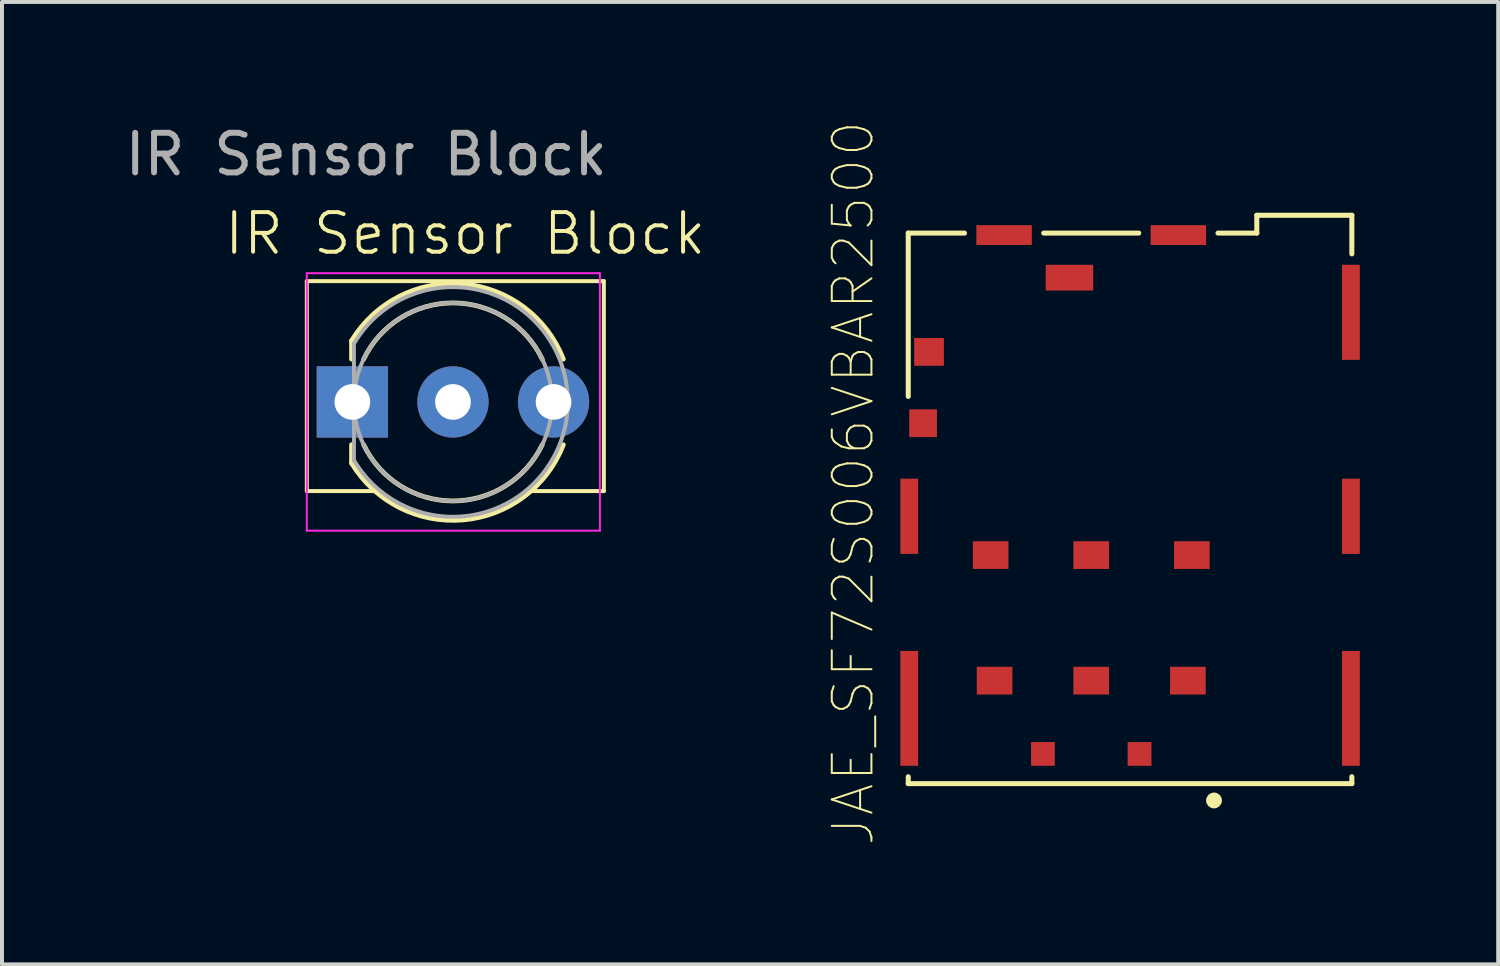
<source format=kicad_pcb>
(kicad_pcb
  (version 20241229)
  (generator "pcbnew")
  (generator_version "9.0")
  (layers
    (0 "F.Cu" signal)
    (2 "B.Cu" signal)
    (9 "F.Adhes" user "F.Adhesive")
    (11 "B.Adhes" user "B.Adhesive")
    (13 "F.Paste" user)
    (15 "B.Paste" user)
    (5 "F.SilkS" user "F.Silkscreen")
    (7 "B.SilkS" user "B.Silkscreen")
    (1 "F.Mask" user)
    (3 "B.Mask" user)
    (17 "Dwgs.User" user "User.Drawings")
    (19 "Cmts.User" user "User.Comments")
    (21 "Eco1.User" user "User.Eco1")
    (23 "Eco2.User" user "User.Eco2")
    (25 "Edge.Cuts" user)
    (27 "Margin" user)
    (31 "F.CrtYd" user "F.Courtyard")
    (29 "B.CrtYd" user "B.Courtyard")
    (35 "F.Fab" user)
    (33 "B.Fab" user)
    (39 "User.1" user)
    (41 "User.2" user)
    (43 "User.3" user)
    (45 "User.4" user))
  (footprint "IR Sensor Block"
    (layer "F.Cu")
    (at 8.196 7.348)
    (property "Reference" "IR Sensor Block" (at 0.5 -4.5 0) (unlocked yes) (layer "F.SilkS") (effects (font (size 1 1) (thickness 0.1))))
    (attr through_hole)
    (fp_line (start -3.5 -3.3) (end 4 -3.3) (stroke (width 0.1) (type default)) (layer "F.SilkS"))
    (fp_line (start -3.5 2) (end -3.5 -3.3) (stroke (width 0.1) (type default)) (layer "F.SilkS"))
    (fp_line (start -3.5 2) (end -1.8 2) (stroke (width 0.1) (type default)) (layer "F.SilkS"))
    (fp_line (start -2.37 -1.795) (end -2.37 -1.33) (stroke (width 0.12) (type solid)) (layer "F.SilkS"))
    (fp_line (start -2.37 0.83) (end -2.37 1.295) (stroke (width 0.12) (type solid)) (layer "F.SilkS"))
    (fp_line (start 4 -3.3) (end 4 2) (stroke (width 0.1) (type default)) (layer "F.SilkS"))
    (fp_line (start 4 2) (end 2.2 2) (stroke (width 0.1) (type default)) (layer "F.SilkS"))
    (fp_arc (start -2.37 -1.79483) (mid 0.448456 -3.228809) (end 2.977815 -1.330827) (stroke (width 0.12) (type solid)) (layer "F.SilkS"))
    (fp_arc (start -2.064684 -1.33) (mid 0.189762 -2.75) (end 2.444479 -1.330429) (stroke (width 0.12) (type solid)) (layer "F.SilkS"))
    (fp_arc (start 2.444479 0.830429) (mid 0.189762 2.25) (end -2.064684 0.83) (stroke (width 0.12) (type solid)) (layer "F.SilkS"))
    (fp_arc (start 2.977815 0.830827) (mid 0.448456 2.728808) (end -2.37 1.29483) (stroke (width 0.12) (type solid)) (layer "F.SilkS"))
    (fp_line (start -3.5 -3.5) (end -3.5 3) (stroke (width 0.05) (type solid)) (layer "F.CrtYd"))
    (fp_line (start -3.5 3) (end 3.9 3) (stroke (width 0.05) (type solid)) (layer "F.CrtYd"))
    (fp_line (start 3.9 -3.5) (end -3.5 -3.5) (stroke (width 0.05) (type solid)) (layer "F.CrtYd"))
    (fp_line (start 3.9 3) (end 3.9 -3.5) (stroke (width 0.05) (type solid)) (layer "F.CrtYd"))
    (fp_line (start -2.31 -1.72) (end -2.31 1.22) (stroke (width 0.1) (type solid)) (layer "F.Fab"))
    (fp_arc (start -2.31 -1.719694) (mid 3.09 -0.249984) (end -2.310016 1.219666) (stroke (width 0.1) (type solid)) (layer "F.Fab"))
    (fp_circle (center 0.19 -0.25) (end 2.69 -0.25) (stroke (width 0.1) (type solid)) (fill no) (layer "F.Fab"))
    (fp_text user "${REFERENCE}" (at -2 -6.5 0) (unlocked yes) (layer "F.Fab") (effects (font (size 1 1) (thickness 0.15))))
    (pad "1" thru_hole rect (at -2.35 -0.25) (size 1.8 1.8) (drill 0.9) (layers "*.Cu" "*.Mask"))
    (pad "2" thru_hole circle (at 0.19 -0.25) (size 1.8 1.8) (drill 0.9) (layers "*.Cu" "*.Mask"))
    (pad "3" thru_hole circle (at 2.73 -0.25) (size 1.8 1.8) (drill 0.9) (layers "*.Cu" "*.Mask")))
  (footprint "JAE_SF72S006VBAR2500"
    (layer "F.Cu")
    (at 24.501 9.56)
    (property "Reference" "JAE_SF72S006VBAR2500" (at -6.01 -0.41 90) (layer "F.SilkS") (effects (font (size 1.001 1.001) (thickness 0.05))))
    (attr smd)
    (fp_line (start -4.62 -6.725) (end -3.2 -6.725) (stroke (width 0.127) (type solid)) (layer "F.SilkS"))
    (fp_line (start -4.62 -2.6) (end -4.62 -6.725) (stroke (width 0.127) (type solid)) (layer "F.SilkS"))
    (fp_line (start -4.62 7) (end -4.62 7.175) (stroke (width 0.127) (type solid)) (layer "F.SilkS"))
    (fp_line (start -4.62 7.175) (end 6.58 7.175) (stroke (width 0.127) (type solid)) (layer "F.SilkS"))
    (fp_line (start -1.2 -6.725) (end 1.2 -6.725) (stroke (width 0.127) (type solid)) (layer "F.SilkS"))
    (fp_line (start 3.2 -6.725) (end 4.18 -6.725) (stroke (width 0.127) (type solid)) (layer "F.SilkS"))
    (fp_line (start 4.18 -7.175) (end 6.58 -7.175) (stroke (width 0.127) (type solid)) (layer "F.SilkS"))
    (fp_line (start 4.18 -6.725) (end 4.18 -7.175) (stroke (width 0.127) (type solid)) (layer "F.SilkS"))
    (fp_line (start 6.58 -7.175) (end 6.58 -6.2) (stroke (width 0.127) (type solid)) (layer "F.SilkS"))
    (fp_line (start 6.58 7.175) (end 6.58 7) (stroke (width 0.127) (type solid)) (layer "F.SilkS"))
    (fp_circle (center 3.1 7.6) (end 3.2 7.6) (stroke (width 0.2) (type solid)) (fill no) (layer "F.SilkS"))
    (fp_poly (pts (xy -1.8 -5.875) (xy -1.7 -5.875) (xy -1.7 -3.175) (xy 2.85 -3.175) (xy 2.85 -5.875) (xy 3.1 -5.875) (xy 3.1 -2.675) (xy -1.8 -2.675)) (stroke (width 0.001) (type solid)) (fill no) (layer "Dwgs.User"))
    (fp_poly (pts (xy -1.8 -5.875) (xy -1.7 -5.875) (xy -1.7 -3.175) (xy 2.85 -3.175) (xy 2.85 -5.875) (xy 3.1 -5.875) (xy 3.1 -2.675) (xy -1.8 -2.675)) (stroke (width 0.001) (type solid)) (fill no) (layer "Dwgs.User"))
    (fp_poly (pts (xy -1.8 -5.875) (xy -1.7 -5.875) (xy -1.7 -3.175) (xy 2.85 -3.175) (xy 2.85 -5.875) (xy 3.1 -5.875) (xy 3.1 -2.675) (xy -1.8 -2.675)) (stroke (width 0.001) (type solid)) (fill no) (layer "Dwgs.User"))
    (fp_poly (pts (xy -3.5 6.225) (xy -1.52 6.225) (xy -1.52 6.725) (xy -0.92 6.725) (xy -0.92 6.225) (xy 0.92 6.225) (xy 0.92 6.725) (xy 1.52 6.725) (xy 1.52 6.225) (xy 3.5 6.225) (xy 3.5 7.175) (xy -3.5 7.175)) (stroke (width 0.001) (type solid)) (fill no) (layer "Dwgs.User"))
    (fp_poly (pts (xy -3.5 6.225) (xy -1.52 6.225) (xy -1.52 6.725) (xy -0.92 6.725) (xy -0.92 6.225) (xy 0.92 6.225) (xy 0.92 6.725) (xy 1.52 6.725) (xy 1.52 6.225) (xy 3.5 6.225) (xy 3.5 7.175) (xy -3.5 7.175)) (stroke (width 0.001) (type solid)) (fill no) (layer "Dwgs.User"))
    (fp_poly (pts (xy -3.165 6.225) (xy -1.52 6.225) (xy -1.52 6.725) (xy -0.92 6.725) (xy -0.92 6.225) (xy 0.92 6.225) (xy 0.92 6.725) (xy 1.52 6.725) (xy 1.52 6.225) (xy 3.5 6.225) (xy 3.5 7.175) (xy -3.5 7.175) (xy -3.5 6.225)) (stroke (width 0.001) (type solid)) (fill no) (layer "Dwgs.User"))
    (fp_poly (pts (xy -2.99 1.755) (xy -3.5 1.755) (xy -3.5 -2.325) (xy 3.5 -2.325) (xy 3.5 1.755) (xy 2.99 1.755) (xy 2.99 -0.125) (xy 2.69 -1.425) (xy 2.39 -1.425) (xy 2.09 -0.125) (xy 2.09 1.755) (xy 0.45 1.755) (xy 0.45 -0.13) (xy 0.15 -1.425) (xy -0.15 -1.425) (xy -0.45 -0.125) (xy -0.45 1.755) (xy -2.09 1.755) (xy -2.09 -0.125) (xy -2.39 -1.425) (xy -2.69 -1.425) (xy -2.99 -0.125)) (stroke (width 0.001) (type solid)) (fill no) (layer "Dwgs.User"))
    (fp_poly (pts (xy -2.99 1.755) (xy -3.5 1.755) (xy -3.5 -2.325) (xy 3.5 -2.325) (xy 3.5 1.755) (xy 2.99 1.755) (xy 2.99 -0.125) (xy 2.69 -1.425) (xy 2.39 -1.425) (xy 2.09 -0.125) (xy 2.09 1.755) (xy 0.45 1.755) (xy 0.45 -0.13) (xy 0.15 -1.425) (xy -0.15 -1.425) (xy -0.45 -0.125) (xy -0.45 1.755) (xy -2.09 1.755) (xy -2.09 -0.125) (xy -2.39 -1.425) (xy -2.69 -1.425) (xy -2.99 -0.125)) (stroke (width 0.001) (type solid)) (fill no) (layer "Dwgs.User"))
    (fp_poly (pts (xy -2.99 1.755) (xy -3.5 1.755) (xy -3.5 -2.325) (xy 3.5 -2.325) (xy 3.5 1.755) (xy 2.99 1.755) (xy 2.99 -0.125) (xy 2.69 -1.425) (xy 2.39 -1.425) (xy 2.09 -0.125) (xy 2.09 1.755) (xy 0.45 1.755) (xy 0.45 -0.13) (xy 0.15 -1.425) (xy -0.15 -1.425) (xy -0.45 -0.125) (xy -0.45 1.755) (xy -2.09 1.755) (xy -2.09 -0.125) (xy -2.39 -1.425) (xy -2.69 -1.425) (xy -2.99 -0.125)) (stroke (width 0.001) (type solid)) (fill no) (layer "Dwgs.User"))
    (fp_poly (pts (xy -3.165 6.225) (xy -3.165 2.975) (xy -1.715 2.975) (xy -1.715 6.225) (xy -1.52 6.225) (xy -1.52 6.125) (xy -0.92 6.125) (xy -0.92 6.225) (xy -0.725 6.225) (xy -0.725 2.975) (xy 0.725 2.975) (xy 0.725 6.225) (xy 0.92 6.225) (xy 0.92 6.125) (xy 1.52 6.125) (xy 1.52 6.225) (xy 1.715 6.225) (xy 1.715 2.975) (xy 3.165 2.975) (xy 3.165 6.225) (xy 3.5 6.225) (xy 3.5 1.755) (xy -3.5 1.755) (xy -3.5 6.225)) (stroke (width 0.001) (type solid)) (fill no) (layer "Dwgs.User"))
    (fp_poly (pts (xy -3.165 6.225) (xy -3.165 2.975) (xy -1.715 2.975) (xy -1.715 6.225) (xy -1.52 6.225) (xy -1.52 6.125) (xy -0.92 6.125) (xy -0.92 6.225) (xy -0.725 6.225) (xy -0.725 2.975) (xy 0.725 2.975) (xy 0.725 6.225) (xy 0.92 6.225) (xy 0.92 6.125) (xy 1.52 6.125) (xy 1.52 6.225) (xy 1.715 6.225) (xy 1.715 2.975) (xy 3.165 2.975) (xy 3.165 6.225) (xy 3.5 6.225) (xy 3.5 1.755) (xy -3.5 1.755) (xy -3.5 6.225)) (stroke (width 0.001) (type solid)) (fill no) (layer "Dwgs.User"))
    (fp_poly (pts (xy -3.165 6.225) (xy -3.165 2.975) (xy -1.715 2.975) (xy -1.715 6.225) (xy -1.52 6.225) (xy -1.52 6.125) (xy -0.92 6.125) (xy -0.92 6.225) (xy -0.725 6.225) (xy -0.725 2.975) (xy 0.725 2.975) (xy 0.725 6.225) (xy 0.92 6.225) (xy 0.92 6.125) (xy 1.52 6.125) (xy 1.52 6.225) (xy 1.715 6.225) (xy 1.715 2.975) (xy 3.165 2.975) (xy 3.165 6.225) (xy 3.5 6.225) (xy 3.5 1.755) (xy -3.5 1.755) (xy -3.5 6.225)) (stroke (width 0.001) (type solid)) (fill no) (layer "Dwgs.User"))
    (fp_line (start -5.25 -7.5) (end 7.25 -7.5) (stroke (width 0.05) (type solid)) (layer "Eco1.User"))
    (fp_line (start -5.25 7.5) (end -5.25 -7.5) (stroke (width 0.05) (type solid)) (layer "Eco1.User"))
    (fp_line (start 7.25 -7.5) (end 7.25 7.5) (stroke (width 0.05) (type solid)) (layer "Eco1.User"))
    (fp_line (start 7.25 7.5) (end -5.25 7.5) (stroke (width 0.05) (type solid)) (layer "Eco1.User"))
    (fp_line (start -4.62 -6.725) (end -4.62 7.175) (stroke (width 0.127) (type solid)) (layer "Eco2.User"))
    (fp_line (start -4.62 7.175) (end 6.58 7.175) (stroke (width 0.127) (type solid)) (layer "Eco2.User"))
    (fp_line (start 4.18 -7.175) (end 4.18 -6.725) (stroke (width 0.127) (type solid)) (layer "Eco2.User"))
    (fp_line (start 4.18 -6.725) (end -4.62 -6.725) (stroke (width 0.127) (type solid)) (layer "Eco2.User"))
    (fp_line (start 6.58 -7.175) (end 4.18 -7.175) (stroke (width 0.127) (type solid)) (layer "Eco2.User"))
    (fp_line (start 6.58 7.175) (end 6.58 -7.175) (stroke (width 0.127) (type solid)) (layer "Eco2.User"))
    (pad "C1" smd rect (at 2.44 4.575) (size 0.9 0.7) (layers "F.Cu" "F.Mask" "F.Paste"))
    (pad "C2" smd rect (at 0 4.575) (size 0.9 0.7) (layers "F.Cu" "F.Mask" "F.Paste"))
    (pad "C3" smd rect (at -2.44 4.575) (size 0.9 0.7) (layers "F.Cu" "F.Mask" "F.Paste"))
    (pad "C5" smd rect (at 2.54 1.405) (size 0.9 0.7) (layers "F.Cu" "F.Mask" "F.Paste"))
    (pad "C6" smd rect (at 0 1.405) (size 0.9 0.7) (layers "F.Cu" "F.Mask" "F.Paste"))
    (pad "C7" smd rect (at -2.54 1.405) (size 0.9 0.7) (layers "F.Cu" "F.Mask" "F.Paste"))
    (pad "CSW" smd rect (at -4.245 -1.925) (size 0.7 0.7) (layers "F.Cu" "F.Mask" "F.Paste"))
    (pad "DSW" smd rect (at -0.55 -5.6) (size 1.2 0.65) (layers "F.Cu" "F.Mask" "F.Paste"))
    (pad "G1" smd rect (at -4.595 5.275) (size 0.45 2.9) (layers "F.Cu" "F.Mask" "F.Paste"))
    (pad "G2" smd rect (at -4.595 0.425) (size 0.45 1.9) (layers "F.Cu" "F.Mask" "F.Paste"))
    (pad "G3" smd rect (at -4.095 -3.725) (size 0.75 0.7) (layers "F.Cu" "F.Mask" "F.Paste"))
    (pad "G4" smd rect (at -2.2 -6.675) (size 1.4 0.5) (layers "F.Cu" "F.Mask" "F.Paste"))
    (pad "G5" smd rect (at 2.2 -6.675) (size 1.4 0.5) (layers "F.Cu" "F.Mask" "F.Paste"))
    (pad "G6" smd rect (at 6.555 -4.725) (size 0.45 2.4) (layers "F.Cu" "F.Mask" "F.Paste"))
    (pad "G7" smd rect (at 6.555 0.425) (size 0.45 1.9) (layers "F.Cu" "F.Mask" "F.Paste"))
    (pad "G8" smd rect (at 6.555 5.275) (size 0.45 2.9) (layers "F.Cu" "F.Mask" "F.Paste"))
    (pad "G9" smd rect (at 1.22 6.425) (size 0.6 0.6) (layers "F.Cu" "F.Mask" "F.Paste"))
    (pad "G10" smd rect (at -1.22 6.425) (size 0.6 0.6) (layers "F.Cu" "F.Mask" "F.Paste")))
  (gr_rect
    (start -3 -3)
    (end 34.776 21.299)
    (stroke (width 0.1) (type default))
    (fill no)
    (layer "Edge.Cuts")))
</source>
